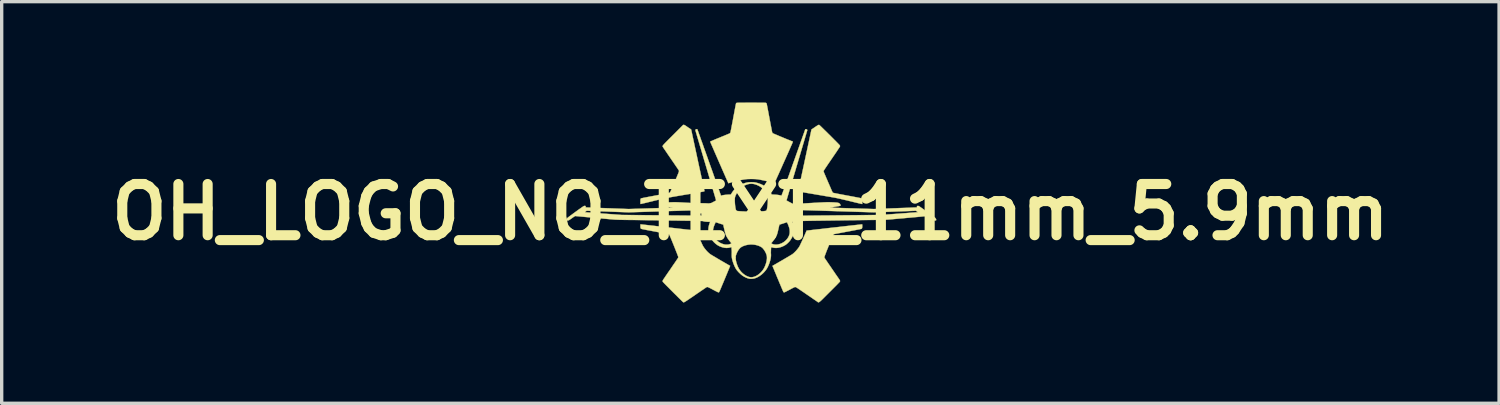
<source format=kicad_pcb>
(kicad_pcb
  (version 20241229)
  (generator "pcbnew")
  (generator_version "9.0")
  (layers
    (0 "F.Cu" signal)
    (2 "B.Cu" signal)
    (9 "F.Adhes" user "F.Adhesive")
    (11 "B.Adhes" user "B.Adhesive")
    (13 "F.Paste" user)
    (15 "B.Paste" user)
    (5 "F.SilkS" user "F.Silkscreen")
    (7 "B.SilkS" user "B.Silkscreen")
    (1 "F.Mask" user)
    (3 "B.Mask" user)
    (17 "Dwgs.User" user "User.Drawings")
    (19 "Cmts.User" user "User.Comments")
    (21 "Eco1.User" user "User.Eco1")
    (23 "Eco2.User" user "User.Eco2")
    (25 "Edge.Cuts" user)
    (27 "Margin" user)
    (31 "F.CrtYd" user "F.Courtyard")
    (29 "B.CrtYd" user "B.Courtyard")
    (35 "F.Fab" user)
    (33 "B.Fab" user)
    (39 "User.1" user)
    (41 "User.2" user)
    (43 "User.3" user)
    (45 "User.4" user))
  (footprint "OH_LOGO_NO_TEXT_11mm_5.9mm"
    (layer "F.Cu")
    (at 19.275 3.259)
    (property "Reference" "OH_LOGO_NO_TEXT_11mm_5.9mm" (at 0 0 0) (layer "F.SilkS") (effects (font (size 1.524 1.524) (thickness 0.3))))
    (attr through_hole board_only exclude_from_pos_files exclude_from_bom)
    (fp_poly (pts (xy 2.05 -2.591) (xy 2.054 -2.588) (xy 2.064 -2.579) (xy 2.079 -2.565) (xy 2.098 -2.547) (xy 2.122 -2.524) (xy 2.148 -2.498) (xy 2.178 -2.469) (xy 2.21 -2.437) (xy 2.245 -2.404) (xy 2.281 -2.368) (xy 2.317 -2.332) (xy 2.355 -2.295) (xy 2.392 -2.258) (xy 2.429 -2.221) (xy 2.465 -2.185) (xy 2.499 -2.15) (xy 2.532 -2.118) (xy 2.562 -2.087) (xy 2.589 -2.06) (xy 2.612 -2.036) (xy 2.632 -2.015) (xy 2.647 -1.999) (xy 2.657 -1.988) (xy 2.662 -1.982) (xy 2.662 -1.982) (xy 2.667 -1.966) (xy 2.667 -1.956) (xy 2.664 -1.95) (xy 2.656 -1.936) (xy 2.644 -1.917) (xy 2.626 -1.89) (xy 2.604 -1.857) (xy 2.578 -1.817) (xy 2.546 -1.77) (xy 2.51 -1.717) (xy 2.469 -1.658) (xy 2.425 -1.592) (xy 2.385 -1.535) (xy 2.349 -1.481) (xy 2.315 -1.432) (xy 2.285 -1.387) (xy 2.258 -1.347) (xy 2.235 -1.313) (xy 2.216 -1.283) (xy 2.2 -1.26) (xy 2.19 -1.242) (xy 2.183 -1.231) (xy 2.181 -1.228) (xy 2.179 -1.215) (xy 2.18 -1.204) (xy 2.18 -1.203) (xy 2.182 -1.197) (xy 2.187 -1.184) (xy 2.195 -1.164) (xy 2.206 -1.139) (xy 2.218 -1.11) (xy 2.233 -1.076) (xy 2.248 -1.039) (xy 2.265 -0.999) (xy 2.283 -0.958) (xy 2.301 -0.916) (xy 2.319 -0.873) (xy 2.338 -0.831) (xy 2.356 -0.789) (xy 2.373 -0.75) (xy 2.389 -0.713) (xy 2.403 -0.68) (xy 2.416 -0.65) (xy 2.427 -0.626) (xy 2.436 -0.607) (xy 2.442 -0.594) (xy 2.445 -0.589) (xy 2.445 -0.589) (xy 2.455 -0.579) (xy 2.464 -0.572) (xy 2.47 -0.57) (xy 2.483 -0.567) (xy 2.504 -0.563) (xy 2.531 -0.558) (xy 2.564 -0.551) (xy 2.603 -0.543) (xy 2.647 -0.535) (xy 2.694 -0.526) (xy 2.746 -0.516) (xy 2.8 -0.506) (xy 2.857 -0.495) (xy 2.888 -0.489) (xy 2.956 -0.477) (xy 3.016 -0.466) (xy 3.069 -0.456) (xy 3.114 -0.447) (xy 3.154 -0.44) (xy 3.187 -0.433) (xy 3.215 -0.428) (xy 3.239 -0.423) (xy 3.258 -0.419) (xy 3.273 -0.416) (xy 3.285 -0.413) (xy 3.294 -0.41) (xy 3.301 -0.408) (xy 3.305 -0.406) (xy 3.309 -0.404) (xy 3.311 -0.402) (xy 3.314 -0.4) (xy 3.314 -0.4) (xy 3.326 -0.387) (xy 3.329 -0.239) (xy 3.319 -0.24) (xy 3.313 -0.241) (xy 3.3 -0.244) (xy 3.28 -0.248) (xy 3.254 -0.255) (xy 3.223 -0.262) (xy 3.187 -0.271) (xy 3.148 -0.28) (xy 3.106 -0.29) (xy 3.062 -0.301) (xy 2.968 -0.324) (xy 2.882 -0.345) (xy 2.803 -0.363) (xy 2.732 -0.38) (xy 2.667 -0.395) (xy 2.608 -0.408) (xy 2.556 -0.419) (xy 2.509 -0.428) (xy 2.49 -0.432) (xy 2.476 -0.434) (xy 2.453 -0.438) (xy 2.424 -0.443) (xy 2.388 -0.45) (xy 2.346 -0.457) (xy 2.299 -0.465) (xy 2.248 -0.473) (xy 2.193 -0.483) (xy 2.135 -0.493) (xy 2.074 -0.503) (xy 2.012 -0.513) (xy 1.948 -0.524) (xy 1.942 -0.525) (xy 1.88 -0.536) (xy 1.819 -0.546) (xy 1.761 -0.556) (xy 1.706 -0.565) (xy 1.655 -0.574) (xy 1.608 -0.582) (xy 1.566 -0.59) (xy 1.529 -0.596) (xy 1.498 -0.602) (xy 1.473 -0.607) (xy 1.456 -0.61) (xy 1.447 -0.612) (xy 1.445 -0.613) (xy 1.431 -0.618) (xy 1.423 -0.622) (xy 1.421 -0.626) (xy 1.421 -0.63) (xy 1.423 -0.637) (xy 1.425 -0.646) (xy 1.428 -0.656) (xy 1.431 -0.67) (xy 1.435 -0.686) (xy 1.439 -0.705) (xy 1.445 -0.727) (xy 1.45 -0.753) (xy 1.457 -0.784) (xy 1.465 -0.818) (xy 1.474 -0.858) (xy 1.483 -0.902) (xy 1.494 -0.952) (xy 1.506 -1.008) (xy 1.52 -1.069) (xy 1.534 -1.137) (xy 1.55 -1.211) (xy 1.568 -1.293) (xy 1.587 -1.382) (xy 1.608 -1.478) (xy 1.63 -1.583) (xy 1.631 -1.586) (xy 1.818 -2.456) (xy 1.917 -2.523) (xy 1.943 -2.541) (xy 1.967 -2.557) (xy 1.989 -2.571) (xy 2.006 -2.582) (xy 2.019 -2.589) (xy 2.026 -2.592) (xy 2.027 -2.592) (xy 2.04 -2.592) (xy 2.05 -2.591)) (stroke (width 0.01) (type solid)) (fill yes) (layer "F.SilkS"))
    (fp_poly (pts (xy -1.98 -2.593) (xy -1.974 -2.593) (xy -1.968 -2.591) (xy -1.961 -2.589) (xy -1.951 -2.584) (xy -1.939 -2.576) (xy -1.923 -2.566) (xy -1.902 -2.552) (xy -1.876 -2.534) (xy -1.862 -2.524) (xy -1.762 -2.456) (xy -1.571 -1.569) (xy -1.553 -1.483) (xy -1.535 -1.4) (xy -1.517 -1.319) (xy -1.5 -1.241) (xy -1.484 -1.166) (xy -1.468 -1.095) (xy -1.454 -1.027) (xy -1.44 -0.964) (xy -1.427 -0.906) (xy -1.416 -0.853) (xy -1.405 -0.805) (xy -1.396 -0.764) (xy -1.389 -0.728) (xy -1.382 -0.7) (xy -1.377 -0.679) (xy -1.374 -0.665) (xy -1.373 -0.659) (xy -1.369 -0.645) (xy -1.365 -0.633) (xy -1.364 -0.628) (xy -1.364 -0.624) (xy -1.369 -0.62) (xy -1.38 -0.615) (xy -1.39 -0.612) (xy -1.398 -0.61) (xy -1.414 -0.607) (xy -1.437 -0.603) (xy -1.466 -0.597) (xy -1.502 -0.591) (xy -1.543 -0.584) (xy -1.59 -0.575) (xy -1.64 -0.567) (xy -1.695 -0.557) (xy -1.752 -0.547) (xy -1.813 -0.537) (xy -1.876 -0.527) (xy -1.9 -0.523) (xy -1.984 -0.509) (xy -2.061 -0.496) (xy -2.131 -0.484) (xy -2.195 -0.473) (xy -2.253 -0.463) (xy -2.306 -0.454) (xy -2.355 -0.445) (xy -2.4 -0.437) (xy -2.442 -0.429) (xy -2.482 -0.422) (xy -2.521 -0.414) (xy -2.559 -0.406) (xy -2.596 -0.398) (xy -2.634 -0.39) (xy -2.673 -0.381) (xy -2.715 -0.371) (xy -2.758 -0.361) (xy -2.805 -0.35) (xy -2.856 -0.338) (xy -2.911 -0.324) (xy -2.972 -0.309) (xy -2.989 -0.305) (xy -3.036 -0.294) (xy -3.08 -0.283) (xy -3.121 -0.273) (xy -3.159 -0.264) (xy -3.191 -0.257) (xy -3.219 -0.25) (xy -3.241 -0.245) (xy -3.256 -0.241) (xy -3.265 -0.24) (xy -3.266 -0.239) (xy -3.268 -0.241) (xy -3.269 -0.247) (xy -3.27 -0.258) (xy -3.271 -0.275) (xy -3.271 -0.299) (xy -3.271 -0.309) (xy -3.271 -0.339) (xy -3.27 -0.361) (xy -3.269 -0.377) (xy -3.266 -0.389) (xy -3.262 -0.397) (xy -3.256 -0.404) (xy -3.252 -0.407) (xy -3.246 -0.408) (xy -3.232 -0.412) (xy -3.211 -0.416) (xy -3.183 -0.422) (xy -3.148 -0.429) (xy -3.107 -0.437) (xy -3.061 -0.446) (xy -3.009 -0.456) (xy -2.952 -0.467) (xy -2.891 -0.478) (xy -2.83 -0.49) (xy -2.762 -0.502) (xy -2.701 -0.513) (xy -2.649 -0.523) (xy -2.602 -0.532) (xy -2.563 -0.54) (xy -2.529 -0.546) (xy -2.5 -0.552) (xy -2.476 -0.557) (xy -2.457 -0.561) (xy -2.441 -0.564) (xy -2.429 -0.567) (xy -2.419 -0.57) (xy -2.412 -0.572) (xy -2.407 -0.574) (xy -2.403 -0.576) (xy -2.401 -0.577) (xy -2.398 -0.58) (xy -2.395 -0.583) (xy -2.392 -0.586) (xy -2.388 -0.592) (xy -2.384 -0.599) (xy -2.379 -0.609) (xy -2.372 -0.622) (xy -2.364 -0.639) (xy -2.355 -0.66) (xy -2.344 -0.685) (xy -2.33 -0.716) (xy -2.314 -0.752) (xy -2.296 -0.795) (xy -2.275 -0.845) (xy -2.255 -0.891) (xy -2.23 -0.949) (xy -2.208 -0.999) (xy -2.19 -1.043) (xy -2.174 -1.081) (xy -2.161 -1.113) (xy -2.15 -1.139) (xy -2.141 -1.162) (xy -2.134 -1.18) (xy -2.13 -1.195) (xy -2.126 -1.206) (xy -2.125 -1.216) (xy -2.124 -1.223) (xy -2.125 -1.229) (xy -2.127 -1.234) (xy -2.129 -1.239) (xy -2.13 -1.242) (xy -2.133 -1.247) (xy -2.141 -1.259) (xy -2.153 -1.276) (xy -2.168 -1.299) (xy -2.187 -1.328) (xy -2.21 -1.36) (xy -2.235 -1.397) (xy -2.262 -1.437) (xy -2.291 -1.48) (xy -2.323 -1.525) (xy -2.355 -1.573) (xy -2.37 -1.594) (xy -2.403 -1.643) (xy -2.435 -1.689) (xy -2.465 -1.733) (xy -2.493 -1.775) (xy -2.519 -1.813) (xy -2.542 -1.847) (xy -2.563 -1.877) (xy -2.58 -1.902) (xy -2.593 -1.922) (xy -2.602 -1.936) (xy -2.607 -1.944) (xy -2.608 -1.946) (xy -2.61 -1.95) (xy -2.611 -1.954) (xy -2.612 -1.958) (xy -2.611 -1.963) (xy -2.609 -1.969) (xy -2.606 -1.975) (xy -2.6 -1.983) (xy -2.593 -1.993) (xy -2.582 -2.006) (xy -2.569 -2.02) (xy -2.552 -2.038) (xy -2.531 -2.06) (xy -2.507 -2.084) (xy -2.478 -2.114) (xy -2.445 -2.147) (xy -2.407 -2.185) (xy -2.363 -2.229) (xy -2.314 -2.278) (xy -2.303 -2.289) (xy -1.999 -2.593) (xy -1.98 -2.593)) (stroke (width 0.01) (type solid)) (fill yes) (layer "F.SilkS"))
    (fp_poly (pts (xy 0.008 -3.254) (xy 0.029 -3.254) (xy 0.099 -3.254) (xy 0.161 -3.254) (xy 0.215 -3.253) (xy 0.262 -3.253) (xy 0.303 -3.253) (xy 0.338 -3.253) (xy 0.368 -3.253) (xy 0.392 -3.252) (xy 0.412 -3.252) (xy 0.428 -3.251) (xy 0.44 -3.251) (xy 0.45 -3.25) (xy 0.457 -3.249) (xy 0.462 -3.248) (xy 0.465 -3.247) (xy 0.467 -3.246) (xy 0.477 -3.238) (xy 0.483 -3.229) (xy 0.485 -3.224) (xy 0.488 -3.211) (xy 0.492 -3.19) (xy 0.497 -3.163) (xy 0.503 -3.13) (xy 0.511 -3.092) (xy 0.519 -3.048) (xy 0.528 -3.001) (xy 0.538 -2.949) (xy 0.548 -2.894) (xy 0.559 -2.837) (xy 0.566 -2.798) (xy 0.577 -2.739) (xy 0.588 -2.683) (xy 0.598 -2.629) (xy 0.608 -2.579) (xy 0.617 -2.532) (xy 0.625 -2.49) (xy 0.632 -2.453) (xy 0.638 -2.422) (xy 0.643 -2.397) (xy 0.647 -2.379) (xy 0.65 -2.368) (xy 0.651 -2.365) (xy 0.658 -2.354) (xy 0.666 -2.345) (xy 0.671 -2.342) (xy 0.684 -2.337) (xy 0.702 -2.329) (xy 0.726 -2.318) (xy 0.755 -2.306) (xy 0.788 -2.292) (xy 0.824 -2.277) (xy 0.863 -2.26) (xy 0.904 -2.243) (xy 0.946 -2.226) (xy 0.988 -2.208) (xy 1.03 -2.191) (xy 1.07 -2.174) (xy 1.109 -2.158) (xy 1.145 -2.144) (xy 1.178 -2.131) (xy 1.206 -2.119) (xy 1.23 -2.11) (xy 1.248 -2.103) (xy 1.26 -2.098) (xy 1.263 -2.097) (xy 1.264 -2.096) (xy 1.263 -2.092) (xy 1.261 -2.085) (xy 1.257 -2.074) (xy 1.251 -2.06) (xy 1.244 -2.042) (xy 1.235 -2.02) (xy 1.223 -1.994) (xy 1.209 -1.962) (xy 1.193 -1.926) (xy 1.175 -1.884) (xy 1.154 -1.836) (xy 1.13 -1.782) (xy 1.103 -1.721) (xy 1.073 -1.654) (xy 1.04 -1.58) (xy 1.003 -1.499) (xy 0.996 -1.482) (xy 0.965 -1.414) (xy 0.936 -1.347) (xy 0.907 -1.283) (xy 0.88 -1.223) (xy 0.854 -1.165) (xy 0.83 -1.111) (xy 0.807 -1.061) (xy 0.787 -1.016) (xy 0.769 -0.976) (xy 0.753 -0.941) (xy 0.74 -0.912) (xy 0.73 -0.889) (xy 0.723 -0.873) (xy 0.719 -0.864) (xy 0.718 -0.862) (xy 0.715 -0.86) (xy 0.71 -0.86) (xy 0.701 -0.861) (xy 0.686 -0.864) (xy 0.666 -0.87) (xy 0.653 -0.874) (xy 0.592 -0.892) (xy 0.527 -0.909) (xy 0.459 -0.926) (xy 0.392 -0.941) (xy 0.326 -0.955) (xy 0.265 -0.967) (xy 0.221 -0.974) (xy 0.196 -0.977) (xy 0.164 -0.98) (xy 0.126 -0.982) (xy 0.086 -0.983) (xy 0.044 -0.984) (xy 0.001 -0.984) (xy -0.039 -0.983) (xy -0.077 -0.982) (xy -0.109 -0.98) (xy -0.125 -0.978) (xy -0.174 -0.972) (xy -0.229 -0.963) (xy -0.288 -0.951) (xy -0.351 -0.938) (xy -0.414 -0.923) (xy -0.478 -0.907) (xy -0.539 -0.891) (xy -0.582 -0.878) (xy -0.605 -0.871) (xy -0.625 -0.866) (xy -0.641 -0.861) (xy -0.651 -0.858) (xy -0.654 -0.858) (xy -0.656 -0.861) (xy -0.661 -0.873) (xy -0.67 -0.891) (xy -0.681 -0.915) (xy -0.694 -0.946) (xy -0.71 -0.983) (xy -0.729 -1.024) (xy -0.749 -1.071) (xy -0.772 -1.122) (xy -0.796 -1.177) (xy -0.822 -1.236) (xy -0.849 -1.298) (xy -0.877 -1.363) (xy -0.907 -1.43) (xy -0.926 -1.474) (xy -0.956 -1.542) (xy -0.985 -1.609) (xy -1.013 -1.673) (xy -1.039 -1.734) (xy -1.065 -1.792) (xy -1.088 -1.846) (xy -1.11 -1.896) (xy -1.129 -1.941) (xy -1.147 -1.981) (xy -1.162 -2.016) (xy -1.175 -2.045) (xy -1.184 -2.068) (xy -1.191 -2.084) (xy -1.195 -2.093) (xy -1.196 -2.095) (xy -1.192 -2.097) (xy -1.181 -2.103) (xy -1.163 -2.111) (xy -1.138 -2.122) (xy -1.106 -2.136) (xy -1.069 -2.152) (xy -1.026 -2.17) (xy -0.977 -2.19) (xy -0.924 -2.212) (xy -0.912 -2.216) (xy -0.866 -2.236) (xy -0.821 -2.254) (xy -0.779 -2.271) (xy -0.74 -2.288) (xy -0.705 -2.302) (xy -0.675 -2.315) (xy -0.65 -2.325) (xy -0.632 -2.334) (xy -0.62 -2.339) (xy -0.615 -2.341) (xy -0.604 -2.351) (xy -0.595 -2.364) (xy -0.595 -2.365) (xy -0.593 -2.371) (xy -0.589 -2.386) (xy -0.585 -2.408) (xy -0.579 -2.437) (xy -0.571 -2.473) (xy -0.563 -2.515) (xy -0.554 -2.563) (xy -0.544 -2.617) (xy -0.532 -2.676) (xy -0.52 -2.74) (xy -0.509 -2.802) (xy -0.498 -2.861) (xy -0.487 -2.917) (xy -0.477 -2.971) (xy -0.468 -3.021) (xy -0.459 -3.068) (xy -0.451 -3.109) (xy -0.444 -3.146) (xy -0.438 -3.177) (xy -0.433 -3.202) (xy -0.429 -3.22) (xy -0.427 -3.23) (xy -0.426 -3.233) (xy -0.424 -3.236) (xy -0.423 -3.239) (xy -0.42 -3.242) (xy -0.417 -3.244) (xy -0.412 -3.246) (xy -0.406 -3.248) (xy -0.396 -3.249) (xy -0.384 -3.25) (xy -0.368 -3.251) (xy -0.349 -3.252) (xy -0.325 -3.252) (xy -0.296 -3.253) (xy -0.262 -3.253) (xy -0.221 -3.253) (xy -0.175 -3.253) (xy -0.121 -3.254) (xy -0.061 -3.254) (xy 0.008 -3.254)) (stroke (width 0.01) (type solid)) (fill yes) (layer "F.SilkS"))
    (fp_poly (pts (xy -3.257 0.366) (xy -3.245 0.368) (xy -3.224 0.37) (xy -3.197 0.373) (xy -3.164 0.377) (xy -3.124 0.381) (xy -3.079 0.386) (xy -3.029 0.392) (xy -2.975 0.398) (xy -2.917 0.404) (xy -2.855 0.411) (xy -2.79 0.419) (xy -2.723 0.426) (xy -2.654 0.434) (xy -2.584 0.442) (xy -2.512 0.45) (xy -2.441 0.458) (xy -2.369 0.466) (xy -2.297 0.474) (xy -2.227 0.482) (xy -2.158 0.49) (xy -2.092 0.498) (xy -2.027 0.505) (xy -1.966 0.512) (xy -1.908 0.519) (xy -1.855 0.525) (xy -1.806 0.53) (xy -1.761 0.535) (xy -1.723 0.54) (xy -1.69 0.544) (xy -1.664 0.547) (xy -1.645 0.549) (xy -1.633 0.55) (xy -1.63 0.551) (xy -1.619 0.553) (xy -1.613 0.557) (xy -1.61 0.565) (xy -1.608 0.571) (xy -1.603 0.585) (xy -1.595 0.604) (xy -1.584 0.628) (xy -1.572 0.656) (xy -1.558 0.688) (xy -1.542 0.722) (xy -1.526 0.758) (xy -1.51 0.794) (xy -1.494 0.831) (xy -1.478 0.866) (xy -1.462 0.899) (xy -1.449 0.929) (xy -1.436 0.956) (xy -1.426 0.978) (xy -1.418 0.994) (xy -1.414 1.002) (xy -1.393 1.037) (xy -1.366 1.076) (xy -1.335 1.115) (xy -1.302 1.154) (xy -1.266 1.191) (xy -1.231 1.223) (xy -1.197 1.251) (xy -1.197 1.251) (xy -1.189 1.256) (xy -1.175 1.265) (xy -1.155 1.278) (xy -1.13 1.293) (xy -1.1 1.311) (xy -1.067 1.33) (xy -1.03 1.352) (xy -0.992 1.375) (xy -0.952 1.399) (xy -0.911 1.423) (xy -0.87 1.447) (xy -0.829 1.47) (xy -0.79 1.493) (xy -0.753 1.514) (xy -0.719 1.534) (xy -0.688 1.552) (xy -0.662 1.567) (xy -0.641 1.579) (xy -0.625 1.587) (xy -0.62 1.59) (xy -0.601 1.6) (xy -0.761 1.987) (xy -0.79 2.056) (xy -0.816 2.119) (xy -0.84 2.175) (xy -0.861 2.225) (xy -0.879 2.269) (xy -0.895 2.306) (xy -0.908 2.336) (xy -0.919 2.358) (xy -0.926 2.374) (xy -0.93 2.381) (xy -0.931 2.382) (xy -0.942 2.388) (xy -0.95 2.389) (xy -0.957 2.388) (xy -0.969 2.382) (xy -0.987 2.373) (xy -1.011 2.362) (xy -1.038 2.348) (xy -1.068 2.332) (xy -1.101 2.315) (xy -1.112 2.309) (xy -1.151 2.288) (xy -1.184 2.271) (xy -1.211 2.257) (xy -1.232 2.247) (xy -1.249 2.239) (xy -1.263 2.234) (xy -1.273 2.23) (xy -1.282 2.229) (xy -1.289 2.229) (xy -1.295 2.231) (xy -1.299 2.232) (xy -1.304 2.235) (xy -1.315 2.243) (xy -1.333 2.254) (xy -1.356 2.269) (xy -1.383 2.288) (xy -1.415 2.31) (xy -1.452 2.334) (xy -1.491 2.361) (xy -1.534 2.391) (xy -1.579 2.421) (xy -1.626 2.454) (xy -1.637 2.461) (xy -1.693 2.5) (xy -1.742 2.534) (xy -1.786 2.563) (xy -1.824 2.589) (xy -1.856 2.611) (xy -1.884 2.63) (xy -1.908 2.645) (xy -1.927 2.658) (xy -1.943 2.667) (xy -1.956 2.675) (xy -1.966 2.68) (xy -1.975 2.683) (xy -1.981 2.685) (xy -1.986 2.686) (xy -1.991 2.685) (xy -1.994 2.683) (xy -1.998 2.681) (xy -1.999 2.681) (xy -2.004 2.677) (xy -2.014 2.668) (xy -2.029 2.653) (xy -2.048 2.635) (xy -2.071 2.612) (xy -2.098 2.585) (xy -2.128 2.556) (xy -2.16 2.524) (xy -2.194 2.49) (xy -2.23 2.454) (xy -2.267 2.418) (xy -2.304 2.381) (xy -2.341 2.344) (xy -2.378 2.307) (xy -2.413 2.271) (xy -2.447 2.237) (xy -2.479 2.205) (xy -2.509 2.175) (xy -2.535 2.148) (xy -2.558 2.125) (xy -2.577 2.105) (xy -2.591 2.09) (xy -2.601 2.08) (xy -2.605 2.075) (xy -2.605 2.075) (xy -2.609 2.066) (xy -2.611 2.057) (xy -2.61 2.047) (xy -2.606 2.036) (xy -2.598 2.021) (xy -2.586 2.001) (xy -2.569 1.977) (xy -2.567 1.974) (xy -2.557 1.959) (xy -2.543 1.939) (xy -2.526 1.913) (xy -2.505 1.882) (xy -2.481 1.847) (xy -2.455 1.809) (xy -2.427 1.768) (xy -2.397 1.726) (xy -2.367 1.682) (xy -2.34 1.642) (xy -2.311 1.599) (xy -2.283 1.558) (xy -2.256 1.52) (xy -2.232 1.484) (xy -2.21 1.452) (xy -2.191 1.423) (xy -2.175 1.4) (xy -2.163 1.381) (xy -2.155 1.369) (xy -2.151 1.362) (xy -2.151 1.362) (xy -2.147 1.349) (xy -2.145 1.337) (xy -2.147 1.331) (xy -2.151 1.317) (xy -2.158 1.298) (xy -2.168 1.273) (xy -2.179 1.242) (xy -2.193 1.208) (xy -2.208 1.17) (xy -2.224 1.129) (xy -2.241 1.087) (xy -2.258 1.043) (xy -2.276 0.998) (xy -2.294 0.954) (xy -2.312 0.91) (xy -2.329 0.868) (xy -2.345 0.828) (xy -2.36 0.791) (xy -2.374 0.758) (xy -2.386 0.73) (xy -2.396 0.706) (xy -2.404 0.689) (xy -2.409 0.678) (xy -2.411 0.675) (xy -2.42 0.665) (xy -2.427 0.659) (xy -2.428 0.658) (xy -2.433 0.657) (xy -2.446 0.654) (xy -2.466 0.65) (xy -2.493 0.645) (xy -2.525 0.639) (xy -2.563 0.631) (xy -2.606 0.623) (xy -2.653 0.614) (xy -2.704 0.605) (xy -2.758 0.595) (xy -2.814 0.584) (xy -2.837 0.58) (xy -2.911 0.566) (xy -2.976 0.554) (xy -3.033 0.543) (xy -3.083 0.534) (xy -3.126 0.525) (xy -3.162 0.518) (xy -3.192 0.512) (xy -3.215 0.507) (xy -3.232 0.503) (xy -3.243 0.5) (xy -3.249 0.498) (xy -3.25 0.498) (xy -3.258 0.491) (xy -3.264 0.482) (xy -3.268 0.471) (xy -3.27 0.455) (xy -3.271 0.434) (xy -3.271 0.418) (xy -3.271 0.396) (xy -3.271 0.382) (xy -3.27 0.373) (xy -3.268 0.368) (xy -3.266 0.366) (xy -3.262 0.366) (xy -3.257 0.366)) (stroke (width 0.01) (type solid)) (fill yes) (layer "F.SilkS"))
    (fp_poly (pts (xy 3.323 0.366) (xy 3.326 0.368) (xy 3.327 0.373) (xy 3.328 0.382) (xy 3.328 0.397) (xy 3.329 0.415) (xy 3.328 0.443) (xy 3.326 0.465) (xy 3.321 0.481) (xy 3.315 0.492) (xy 3.307 0.499) (xy 3.301 0.5) (xy 3.288 0.503) (xy 3.267 0.508) (xy 3.24 0.514) (xy 3.206 0.52) (xy 3.167 0.528) (xy 3.122 0.537) (xy 3.073 0.546) (xy 3.02 0.556) (xy 2.963 0.567) (xy 2.903 0.578) (xy 2.895 0.58) (xy 2.838 0.59) (xy 2.783 0.601) (xy 2.731 0.61) (xy 2.682 0.62) (xy 2.638 0.628) (xy 2.598 0.636) (xy 2.563 0.642) (xy 2.534 0.648) (xy 2.511 0.652) (xy 2.496 0.656) (xy 2.487 0.658) (xy 2.486 0.658) (xy 2.482 0.661) (xy 2.478 0.664) (xy 2.474 0.669) (xy 2.469 0.675) (xy 2.464 0.684) (xy 2.457 0.696) (xy 2.45 0.711) (xy 2.442 0.73) (xy 2.431 0.754) (xy 2.42 0.782) (xy 2.406 0.816) (xy 2.39 0.855) (xy 2.371 0.901) (xy 2.35 0.954) (xy 2.33 1.004) (xy 2.304 1.07) (xy 2.28 1.128) (xy 2.26 1.179) (xy 2.244 1.222) (xy 2.23 1.259) (xy 2.219 1.288) (xy 2.211 1.311) (xy 2.205 1.327) (xy 2.203 1.336) (xy 2.202 1.339) (xy 2.204 1.353) (xy 2.208 1.366) (xy 2.209 1.366) (xy 2.212 1.371) (xy 2.22 1.383) (xy 2.231 1.401) (xy 2.247 1.424) (xy 2.266 1.451) (xy 2.288 1.484) (xy 2.312 1.52) (xy 2.339 1.559) (xy 2.368 1.601) (xy 2.399 1.646) (xy 2.427 1.688) (xy 2.459 1.734) (xy 2.49 1.779) (xy 2.519 1.822) (xy 2.546 1.862) (xy 2.572 1.898) (xy 2.594 1.931) (xy 2.614 1.959) (xy 2.63 1.983) (xy 2.642 2.001) (xy 2.65 2.013) (xy 2.654 2.018) (xy 2.665 2.038) (xy 2.668 2.054) (xy 2.668 2.057) (xy 2.667 2.06) (xy 2.665 2.064) (xy 2.662 2.069) (xy 2.657 2.075) (xy 2.651 2.083) (xy 2.642 2.093) (xy 2.63 2.105) (xy 2.615 2.121) (xy 2.597 2.139) (xy 2.576 2.162) (xy 2.55 2.188) (xy 2.52 2.218) (xy 2.485 2.253) (xy 2.445 2.293) (xy 2.4 2.338) (xy 2.36 2.378) (xy 2.309 2.429) (xy 2.264 2.474) (xy 2.224 2.514) (xy 2.189 2.549) (xy 2.159 2.579) (xy 2.132 2.605) (xy 2.11 2.627) (xy 2.09 2.644) (xy 2.074 2.659) (xy 2.061 2.669) (xy 2.049 2.677) (xy 2.04 2.682) (xy 2.032 2.685) (xy 2.025 2.686) (xy 2.019 2.684) (xy 2.013 2.682) (xy 2.007 2.678) (xy 2 2.673) (xy 1.993 2.667) (xy 1.986 2.662) (xy 1.977 2.656) (xy 1.962 2.645) (xy 1.94 2.631) (xy 1.914 2.613) (xy 1.883 2.592) (xy 1.848 2.568) (xy 1.81 2.541) (xy 1.769 2.513) (xy 1.725 2.483) (xy 1.68 2.452) (xy 1.654 2.435) (xy 1.602 2.398) (xy 1.555 2.367) (xy 1.515 2.339) (xy 1.481 2.316) (xy 1.451 2.296) (xy 1.426 2.279) (xy 1.406 2.266) (xy 1.389 2.255) (xy 1.375 2.246) (xy 1.364 2.24) (xy 1.356 2.236) (xy 1.349 2.233) (xy 1.344 2.231) (xy 1.34 2.23) (xy 1.339 2.23) (xy 1.334 2.23) (xy 1.328 2.23) (xy 1.322 2.232) (xy 1.314 2.234) (xy 1.303 2.239) (xy 1.289 2.246) (xy 1.27 2.255) (xy 1.247 2.267) (xy 1.218 2.282) (xy 1.183 2.301) (xy 1.169 2.309) (xy 1.127 2.331) (xy 1.091 2.349) (xy 1.061 2.365) (xy 1.037 2.377) (xy 1.019 2.385) (xy 1.008 2.389) (xy 1.005 2.389) (xy 0.992 2.386) (xy 0.985 2.38) (xy 0.982 2.375) (xy 0.976 2.363) (xy 0.968 2.344) (xy 0.957 2.319) (xy 0.944 2.288) (xy 0.928 2.252) (xy 0.911 2.211) (xy 0.893 2.167) (xy 0.872 2.119) (xy 0.851 2.068) (xy 0.829 2.015) (xy 0.806 1.96) (xy 0.782 1.903) (xy 0.759 1.846) (xy 0.735 1.789) (xy 0.712 1.732) (xy 0.688 1.676) (xy 0.666 1.622) (xy 0.659 1.604) (xy 0.66 1.598) (xy 0.664 1.596) (xy 0.67 1.593) (xy 0.683 1.587) (xy 0.701 1.576) (xy 0.725 1.563) (xy 0.753 1.547) (xy 0.785 1.528) (xy 0.82 1.508) (xy 0.858 1.486) (xy 0.897 1.463) (xy 0.938 1.44) (xy 0.978 1.416) (xy 1.019 1.392) (xy 1.058 1.369) (xy 1.096 1.347) (xy 1.131 1.326) (xy 1.163 1.307) (xy 1.191 1.29) (xy 1.215 1.275) (xy 1.234 1.264) (xy 1.247 1.256) (xy 1.252 1.252) (xy 1.286 1.225) (xy 1.321 1.192) (xy 1.357 1.155) (xy 1.391 1.116) (xy 1.423 1.076) (xy 1.45 1.037) (xy 1.461 1.019) (xy 1.466 1.009) (xy 1.474 0.994) (xy 1.484 0.972) (xy 1.497 0.945) (xy 1.511 0.915) (xy 1.527 0.881) (xy 1.543 0.845) (xy 1.56 0.808) (xy 1.577 0.771) (xy 1.593 0.734) (xy 1.609 0.699) (xy 1.624 0.666) (xy 1.637 0.636) (xy 1.648 0.611) (xy 1.657 0.59) (xy 1.663 0.576) (xy 1.665 0.569) (xy 1.669 0.559) (xy 1.671 0.553) (xy 1.671 0.552) (xy 1.675 0.552) (xy 1.687 0.55) (xy 1.707 0.548) (xy 1.734 0.545) (xy 1.768 0.541) (xy 1.808 0.537) (xy 1.854 0.531) (xy 1.906 0.526) (xy 1.963 0.519) (xy 2.025 0.512) (xy 2.091 0.505) (xy 2.161 0.497) (xy 2.234 0.488) (xy 2.311 0.479) (xy 2.391 0.47) (xy 2.473 0.461) (xy 2.49 0.459) (xy 2.572 0.45) (xy 2.653 0.441) (xy 2.73 0.432) (xy 2.805 0.423) (xy 2.876 0.415) (xy 2.944 0.408) (xy 3.007 0.4) (xy 3.066 0.394) (xy 3.119 0.388) (xy 3.167 0.383) (xy 3.21 0.378) (xy 3.246 0.374) (xy 3.275 0.371) (xy 3.297 0.368) (xy 3.312 0.367) (xy 3.318 0.366) (xy 3.319 0.366) (xy 3.323 0.366)) (stroke (width 0.01) (type solid)) (fill yes) (layer "F.SilkS"))
    (fp_poly (pts (xy -1.585 -2.465) (xy -1.579 -2.462) (xy -1.575 -2.455) (xy -1.575 -2.455) (xy -1.572 -2.448) (xy -1.567 -2.433) (xy -1.559 -2.412) (xy -1.549 -2.383) (xy -1.537 -2.349) (xy -1.523 -2.309) (xy -1.507 -2.264) (xy -1.489 -2.214) (xy -1.47 -2.16) (xy -1.449 -2.102) (xy -1.427 -2.041) (xy -1.404 -1.976) (xy -1.381 -1.91) (xy -1.356 -1.841) (xy -1.331 -1.771) (xy -1.306 -1.7) (xy -1.28 -1.628) (xy -1.255 -1.556) (xy -1.229 -1.484) (xy -1.204 -1.413) (xy -1.179 -1.344) (xy -1.155 -1.276) (xy -1.131 -1.21) (xy -1.109 -1.147) (xy -1.088 -1.087) (xy -1.068 -1.03) (xy -1.049 -0.978) (xy -1.032 -0.93) (xy -1.016 -0.887) (xy -1.003 -0.85) (xy -0.992 -0.818) (xy -0.989 -0.811) (xy -0.972 -0.761) (xy -0.955 -0.713) (xy -0.939 -0.668) (xy -0.924 -0.627) (xy -0.911 -0.59) (xy -0.899 -0.557) (xy -0.889 -0.53) (xy -0.882 -0.509) (xy -0.876 -0.494) (xy -0.874 -0.487) (xy -0.873 -0.486) (xy -0.869 -0.487) (xy -0.86 -0.49) (xy -0.858 -0.491) (xy -0.84 -0.497) (xy -0.816 -0.502) (xy -0.785 -0.507) (xy -0.751 -0.511) (xy -0.713 -0.515) (xy -0.674 -0.518) (xy -0.635 -0.52) (xy -0.625 -0.52) (xy -0.581 -0.521) (xy -0.56 -0.555) (xy -0.536 -0.594) (xy -0.507 -0.633) (xy -0.476 -0.671) (xy -0.444 -0.706) (xy -0.413 -0.737) (xy -0.385 -0.76) (xy -0.355 -0.78) (xy -0.319 -0.8) (xy -0.278 -0.819) (xy -0.234 -0.838) (xy -0.187 -0.854) (xy -0.14 -0.869) (xy -0.096 -0.879) (xy -0.063 -0.885) (xy -0.023 -0.888) (xy 0.019 -0.89) (xy 0.062 -0.889) (xy 0.103 -0.887) (xy 0.14 -0.882) (xy 0.154 -0.879) (xy 0.206 -0.866) (xy 0.258 -0.85) (xy 0.308 -0.831) (xy 0.355 -0.81) (xy 0.398 -0.787) (xy 0.435 -0.764) (xy 0.449 -0.753) (xy 0.48 -0.726) (xy 0.512 -0.694) (xy 0.544 -0.657) (xy 0.574 -0.62) (xy 0.6 -0.582) (xy 0.619 -0.551) (xy 0.636 -0.521) (xy 0.684 -0.52) (xy 0.739 -0.517) (xy 0.793 -0.513) (xy 0.844 -0.506) (xy 0.89 -0.497) (xy 0.924 -0.489) (xy 0.924 -0.489) (xy 0.925 -0.49) (xy 0.927 -0.492) (xy 0.928 -0.495) (xy 0.931 -0.5) (xy 0.933 -0.507) (xy 0.937 -0.515) (xy 0.941 -0.526) (xy 0.946 -0.54) (xy 0.952 -0.556) (xy 0.96 -0.575) (xy 0.968 -0.598) (xy 0.977 -0.624) (xy 0.988 -0.653) (xy 1 -0.687) (xy 1.014 -0.725) (xy 1.03 -0.768) (xy 1.046 -0.815) (xy 1.065 -0.867) (xy 1.086 -0.925) (xy 1.108 -0.988) (xy 1.133 -1.057) (xy 1.16 -1.131) (xy 1.188 -1.212) (xy 1.22 -1.3) (xy 1.253 -1.394) (xy 1.289 -1.495) (xy 1.328 -1.603) (xy 1.369 -1.719) (xy 1.413 -1.843) (xy 1.417 -1.854) (xy 1.634 -2.464) (xy 1.653 -2.465) (xy 1.666 -2.465) (xy 1.675 -2.462) (xy 1.683 -2.454) (xy 1.695 -2.441) (xy 1.385 -1.395) (xy 1.075 -0.348) (xy 1.086 -0.339) (xy 1.093 -0.335) (xy 1.106 -0.327) (xy 1.125 -0.317) (xy 1.147 -0.305) (xy 1.172 -0.292) (xy 1.187 -0.284) (xy 1.276 -0.238) (xy 1.58 -0.256) (xy 1.669 -0.261) (xy 1.751 -0.266) (xy 1.826 -0.27) (xy 1.893 -0.274) (xy 1.954 -0.277) (xy 2.008 -0.28) (xy 2.057 -0.283) (xy 2.101 -0.285) (xy 2.139 -0.287) (xy 2.174 -0.289) (xy 2.204 -0.29) (xy 2.231 -0.291) (xy 2.255 -0.292) (xy 2.276 -0.293) (xy 2.295 -0.293) (xy 2.313 -0.293) (xy 2.329 -0.293) (xy 2.345 -0.293) (xy 2.36 -0.293) (xy 2.372 -0.292) (xy 2.431 -0.29) (xy 2.483 -0.288) (xy 2.528 -0.285) (xy 2.566 -0.282) (xy 2.595 -0.278) (xy 2.61 -0.275) (xy 2.635 -0.266) (xy 2.654 -0.253) (xy 2.67 -0.233) (xy 2.676 -0.22) (xy 2.68 -0.212) (xy 2.683 -0.205) (xy 2.685 -0.199) (xy 2.684 -0.195) (xy 2.679 -0.191) (xy 2.671 -0.187) (xy 2.658 -0.183) (xy 2.64 -0.179) (xy 2.616 -0.175) (xy 2.586 -0.17) (xy 2.547 -0.163) (xy 2.536 -0.161) (xy 2.491 -0.154) (xy 2.455 -0.148) (xy 2.425 -0.142) (xy 2.403 -0.138) (xy 2.386 -0.135) (xy 2.376 -0.133) (xy 2.37 -0.131) (xy 2.37 -0.13) (xy 2.373 -0.13) (xy 2.374 -0.13) (xy 2.379 -0.13) (xy 2.392 -0.129) (xy 2.413 -0.129) (xy 2.441 -0.128) (xy 2.475 -0.127) (xy 2.515 -0.126) (xy 2.561 -0.124) (xy 2.613 -0.123) (xy 2.669 -0.121) (xy 2.729 -0.119) (xy 2.793 -0.117) (xy 2.861 -0.115) (xy 2.931 -0.113) (xy 3.003 -0.11) (xy 3.028 -0.11) (xy 3.674 -0.09) (xy 4.264 -0.112) (xy 4.335 -0.114) (xy 4.405 -0.117) (xy 4.472 -0.12) (xy 4.536 -0.122) (xy 4.597 -0.124) (xy 4.654 -0.126) (xy 4.707 -0.128) (xy 4.754 -0.13) (xy 4.797 -0.132) (xy 4.833 -0.133) (xy 4.863 -0.135) (xy 4.885 -0.135) (xy 4.901 -0.136) (xy 4.906 -0.136) (xy 4.957 -0.139) (xy 4.955 -0.151) (xy 4.956 -0.167) (xy 4.963 -0.178) (xy 4.975 -0.183) (xy 4.992 -0.183) (xy 5.012 -0.177) (xy 5.019 -0.174) (xy 5.025 -0.17) (xy 5.038 -0.161) (xy 5.056 -0.149) (xy 5.078 -0.133) (xy 5.105 -0.115) (xy 5.135 -0.093) (xy 5.168 -0.07) (xy 5.202 -0.045) (xy 5.238 -0.02) (xy 5.274 0.006) (xy 5.31 0.032) (xy 5.345 0.058) (xy 5.378 0.082) (xy 5.41 0.105) (xy 5.438 0.125) (xy 5.462 0.143) (xy 5.482 0.158) (xy 5.482 0.159) (xy 5.504 0.178) (xy 5.518 0.198) (xy 5.526 0.218) (xy 5.528 0.234) (xy 5.525 0.244) (xy 5.516 0.25) (xy 5.5 0.251) (xy 5.481 0.25) (xy 5.474 0.249) (xy 5.466 0.246) (xy 5.458 0.243) (xy 5.448 0.237) (xy 5.434 0.229) (xy 5.417 0.217) (xy 5.395 0.202) (xy 5.367 0.183) (xy 5.366 0.182) (xy 5.274 0.117) (xy 5.189 0.125) (xy 5.155 0.128) (xy 5.116 0.132) (xy 5.071 0.136) (xy 5.021 0.141) (xy 4.967 0.146) (xy 4.91 0.151) (xy 4.85 0.156) (xy 4.789 0.162) (xy 4.726 0.168) (xy 4.663 0.173) (xy 4.6 0.179) (xy 4.538 0.185) (xy 4.477 0.19) (xy 4.419 0.195) (xy 4.364 0.2) (xy 4.312 0.205) (xy 4.265 0.209) (xy 4.223 0.213) (xy 4.187 0.216) (xy 4.157 0.219) (xy 4.134 0.221) (xy 4.122 0.222) (xy 4.102 0.223) (xy 4.082 0.225) (xy 4.06 0.226) (xy 4.037 0.227) (xy 4.011 0.228) (xy 3.981 0.229) (xy 3.948 0.23) (xy 3.91 0.231) (xy 3.867 0.232) (xy 3.817 0.232) (xy 3.762 0.233) (xy 3.699 0.234) (xy 3.642 0.235) (xy 3.593 0.235) (xy 3.545 0.236) (xy 3.5 0.236) (xy 3.455 0.237) (xy 3.41 0.237) (xy 3.366 0.238) (xy 3.321 0.238) (xy 3.274 0.239) (xy 3.227 0.24) (xy 3.177 0.24) (xy 3.125 0.241) (xy 3.07 0.242) (xy 3.011 0.243) (xy 2.949 0.243) (xy 2.882 0.244) (xy 2.81 0.245) (xy 2.732 0.246) (xy 2.649 0.248) (xy 2.559 0.249) (xy 2.462 0.25) (xy 2.358 0.252) (xy 2.246 0.253) (xy 2.226 0.254) (xy 2.133 0.255) (xy 2.048 0.256) (xy 1.971 0.257) (xy 1.901 0.258) (xy 1.838 0.259) (xy 1.782 0.26) (xy 1.732 0.261) (xy 1.688 0.262) (xy 1.649 0.262) (xy 1.615 0.263) (xy 1.585 0.264) (xy 1.56 0.264) (xy 1.539 0.265) (xy 1.522 0.266) (xy 1.507 0.266) (xy 1.495 0.267) (xy 1.486 0.268) (xy 1.479 0.268) (xy 1.473 0.269) (xy 1.468 0.27) (xy 1.464 0.271) (xy 1.461 0.272) (xy 1.457 0.273) (xy 1.457 0.273) (xy 1.435 0.279) (xy 1.405 0.284) (xy 1.371 0.287) (xy 1.334 0.289) (xy 1.303 0.29) (xy 1.282 0.29) (xy 1.268 0.29) (xy 1.26 0.291) (xy 1.256 0.293) (xy 1.256 0.296) (xy 1.256 0.297) (xy 1.265 0.32) (xy 1.274 0.347) (xy 1.282 0.376) (xy 1.29 0.403) (xy 1.296 0.426) (xy 1.299 0.44) (xy 1.301 0.461) (xy 1.304 0.486) (xy 1.305 0.512) (xy 1.305 0.525) (xy 1.304 0.558) (xy 1.301 0.588) (xy 1.296 0.618) (xy 1.288 0.648) (xy 1.277 0.678) (xy 1.262 0.711) (xy 1.243 0.747) (xy 1.219 0.788) (xy 1.194 0.829) (xy 1.181 0.848) (xy 1.163 0.87) (xy 1.141 0.894) (xy 1.117 0.918) (xy 1.093 0.94) (xy 1.07 0.959) (xy 1.051 0.974) (xy 0.995 1.006) (xy 0.938 1.032) (xy 0.88 1.051) (xy 0.823 1.063) (xy 0.766 1.068) (xy 0.711 1.065) (xy 0.664 1.056) (xy 0.647 1.051) (xy 0.633 1.048) (xy 0.625 1.046) (xy 0.623 1.046) (xy 0.621 1.047) (xy 0.618 1.052) (xy 0.617 1.062) (xy 0.615 1.078) (xy 0.614 1.096) (xy 0.612 1.135) (xy 0.611 1.167) (xy 0.61 1.193) (xy 0.61 1.216) (xy 0.611 1.236) (xy 0.612 1.256) (xy 0.613 1.26) (xy 0.613 1.299) (xy 0.609 1.344) (xy 0.601 1.393) (xy 0.588 1.446) (xy 0.571 1.501) (xy 0.551 1.556) (xy 0.536 1.593) (xy 0.512 1.644) (xy 0.485 1.691) (xy 0.454 1.734) (xy 0.418 1.777) (xy 0.389 1.808) (xy 0.333 1.859) (xy 0.276 1.901) (xy 0.218 1.936) (xy 0.158 1.962) (xy 0.126 1.973) (xy 0.097 1.979) (xy 0.063 1.984) (xy 0.029 1.986) (xy -0.004 1.986) (xy -0.029 1.983) (xy -0.076 1.971) (xy -0.125 1.953) (xy -0.175 1.928) (xy -0.225 1.898) (xy -0.237 1.89) (xy -0.261 1.871) (xy -0.289 1.848) (xy -0.318 1.82) (xy -0.347 1.792) (xy -0.373 1.763) (xy -0.397 1.736) (xy -0.407 1.723) (xy -0.432 1.686) (xy -0.456 1.642) (xy -0.479 1.593) (xy -0.5 1.54) (xy -0.513 1.505) (xy -0.526 1.464) (xy -0.536 1.429) (xy -0.544 1.397) (xy -0.549 1.367) (xy -0.55 1.361) (xy -0.437 1.361) (xy -0.436 1.395) (xy -0.432 1.429) (xy -0.426 1.463) (xy -0.416 1.501) (xy -0.403 1.544) (xy -0.4 1.553) (xy -0.376 1.617) (xy -0.348 1.674) (xy -0.316 1.724) (xy -0.311 1.732) (xy -0.272 1.779) (xy -0.23 1.821) (xy -0.185 1.857) (xy -0.139 1.888) (xy -0.092 1.912) (xy -0.046 1.929) (xy -0.015 1.936) (xy 0.009 1.939) (xy 0.03 1.94) (xy 0.052 1.938) (xy 0.066 1.936) (xy 0.112 1.926) (xy 0.158 1.908) (xy 0.204 1.883) (xy 0.249 1.852) (xy 0.292 1.815) (xy 0.332 1.774) (xy 0.369 1.729) (xy 0.4 1.681) (xy 0.419 1.647) (xy 0.443 1.59) (xy 0.463 1.534) (xy 0.478 1.479) (xy 0.488 1.425) (xy 0.493 1.375) (xy 0.492 1.329) (xy 0.485 1.288) (xy 0.485 1.285) (xy 0.472 1.248) (xy 0.456 1.209) (xy 0.436 1.171) (xy 0.413 1.135) (xy 0.389 1.102) (xy 0.364 1.073) (xy 0.339 1.051) (xy 0.331 1.045) (xy 0.29 1.022) (xy 0.241 1.001) (xy 0.189 0.985) (xy 0.134 0.973) (xy 0.077 0.966) (xy 0.021 0.964) (xy -0.005 0.965) (xy -0.056 0.97) (xy -0.107 0.979) (xy -0.157 0.992) (xy -0.202 1.008) (xy -0.243 1.026) (xy -0.278 1.047) (xy -0.296 1.061) (xy -0.319 1.084) (xy -0.343 1.113) (xy -0.366 1.147) (xy -0.387 1.184) (xy -0.406 1.223) (xy -0.42 1.26) (xy -0.427 1.281) (xy -0.432 1.297) (xy -0.435 1.311) (xy -0.436 1.327) (xy -0.437 1.346) (xy -0.437 1.361) (xy -0.55 1.361) (xy -0.553 1.336) (xy -0.555 1.304) (xy -0.555 1.267) (xy -0.555 1.225) (xy -0.554 1.202) (xy -0.554 1.19) (xy -0.554 1.173) (xy -0.555 1.152) (xy -0.556 1.13) (xy -0.558 1.107) (xy -0.559 1.085) (xy -0.56 1.067) (xy -0.562 1.053) (xy -0.563 1.046) (xy -0.563 1.045) (xy -0.568 1.045) (xy -0.579 1.047) (xy -0.594 1.051) (xy -0.602 1.054) (xy -0.654 1.064) (xy -0.708 1.068) (xy -0.765 1.063) (xy -0.823 1.051) (xy -0.856 1.041) (xy -0.918 1.017) (xy -0.974 0.987) (xy -1.026 0.949) (xy -1.063 0.916) (xy -1.089 0.891) (xy -1.11 0.867) (xy -1.128 0.843) (xy -1.146 0.816) (xy -1.161 0.791) (xy -1.184 0.752) (xy -1.202 0.718) (xy -1.216 0.688) (xy -1.227 0.661) (xy -1.236 0.636) (xy -1.242 0.61) (xy -1.243 0.601) (xy -1.115 0.601) (xy -1.109 0.651) (xy -1.095 0.7) (xy -1.073 0.748) (xy -1.063 0.765) (xy -1.044 0.792) (xy -1.021 0.82) (xy -0.993 0.848) (xy -0.965 0.873) (xy -0.94 0.892) (xy -0.896 0.918) (xy -0.849 0.94) (xy -0.802 0.956) (xy -0.757 0.967) (xy -0.755 0.967) (xy -0.731 0.969) (xy -0.703 0.969) (xy -0.675 0.968) (xy -0.649 0.965) (xy -0.63 0.96) (xy -0.617 0.956) (xy -0.601 0.95) (xy -0.585 0.943) (xy -0.572 0.937) (xy -0.564 0.932) (xy -0.563 0.931) (xy -0.564 0.928) (xy 0.623 0.928) (xy 0.624 0.933) (xy 0.63 0.938) (xy 0.64 0.943) (xy 0.676 0.958) (xy 0.717 0.966) (xy 0.761 0.969) (xy 0.808 0.966) (xy 0.853 0.957) (xy 0.909 0.939) (xy 0.962 0.913) (xy 1.012 0.88) (xy 1.057 0.841) (xy 1.059 0.839) (xy 1.096 0.797) (xy 1.127 0.751) (xy 1.15 0.701) (xy 1.163 0.66) (xy 1.169 0.63) (xy 1.171 0.595) (xy 1.17 0.557) (xy 1.167 0.52) (xy 1.161 0.489) (xy 1.155 0.468) (xy 1.148 0.444) (xy 1.139 0.419) (xy 1.13 0.394) (xy 1.12 0.369) (xy 1.11 0.346) (xy 1.101 0.327) (xy 1.094 0.313) (xy 1.088 0.304) (xy 1.085 0.302) (xy 1.08 0.304) (xy 1.068 0.308) (xy 1.052 0.313) (xy 1.04 0.318) (xy 1.02 0.324) (xy 0.996 0.332) (xy 0.968 0.341) (xy 0.941 0.35) (xy 0.931 0.353) (xy 0.863 0.374) (xy 0.841 0.472) (xy 0.83 0.52) (xy 0.821 0.561) (xy 0.813 0.595) (xy 0.805 0.624) (xy 0.798 0.648) (xy 0.791 0.669) (xy 0.785 0.687) (xy 0.777 0.703) (xy 0.77 0.718) (xy 0.763 0.731) (xy 0.743 0.763) (xy 0.719 0.8) (xy 0.693 0.836) (xy 0.667 0.87) (xy 0.648 0.894) (xy 0.634 0.91) (xy 0.626 0.921) (xy 0.623 0.928) (xy -0.564 0.928) (xy -0.565 0.928) (xy -0.571 0.919) (xy -0.581 0.906) (xy -0.594 0.891) (xy -0.597 0.887) (xy -0.623 0.855) (xy -0.649 0.82) (xy -0.674 0.784) (xy -0.696 0.748) (xy -0.714 0.717) (xy -0.723 0.699) (xy -0.732 0.676) (xy -0.741 0.649) (xy -0.75 0.617) (xy -0.76 0.578) (xy -0.771 0.533) (xy -0.782 0.487) (xy -0.788 0.459) (xy -0.794 0.433) (xy -0.799 0.411) (xy -0.802 0.394) (xy -0.805 0.383) (xy -0.805 0.38) (xy -0.81 0.373) (xy -0.821 0.369) (xy -0.823 0.368) (xy -0.832 0.366) (xy -0.847 0.362) (xy -0.867 0.355) (xy -0.892 0.348) (xy -0.919 0.339) (xy -0.934 0.334) (xy -0.961 0.325) (xy -0.985 0.317) (xy -1.005 0.311) (xy -1.02 0.306) (xy -1.029 0.303) (xy -1.031 0.302) (xy -1.034 0.306) (xy -1.039 0.316) (xy -1.046 0.331) (xy -1.055 0.35) (xy -1.064 0.37) (xy -1.072 0.391) (xy -1.08 0.411) (xy -1.087 0.429) (xy -1.089 0.435) (xy -1.105 0.493) (xy -1.114 0.548) (xy -1.115 0.601) (xy -1.243 0.601) (xy -1.246 0.583) (xy -1.248 0.571) (xy -1.25 0.52) (xy -1.246 0.465) (xy -1.236 0.409) (xy -1.219 0.351) (xy -1.21 0.326) (xy -1.204 0.31) (xy -1.2 0.298) (xy -1.197 0.292) (xy -1.197 0.291) (xy -1.201 0.29) (xy -1.212 0.29) (xy -1.228 0.29) (xy -1.246 0.29) (xy -1.284 0.289) (xy -1.321 0.286) (xy -1.354 0.283) (xy -1.382 0.278) (xy -1.4 0.273) (xy -1.402 0.272) (xy -1.404 0.271) (xy -1.406 0.271) (xy -1.408 0.27) (xy -1.41 0.269) (xy -1.413 0.269) (xy -1.417 0.268) (xy -1.423 0.268) (xy -1.43 0.267) (xy -1.438 0.267) (xy -1.449 0.266) (xy -1.461 0.266) (xy -1.477 0.265) (xy -1.495 0.265) (xy -1.516 0.264) (xy -1.541 0.264) (xy -1.569 0.263) (xy -1.601 0.262) (xy -1.638 0.262) (xy -1.678 0.261) (xy -1.724 0.26) (xy -1.774 0.259) (xy -1.829 0.259) (xy -1.89 0.258) (xy -1.957 0.257) (xy -2.03 0.256) (xy -2.108 0.255) (xy -2.194 0.253) (xy -2.286 0.252) (xy -2.385 0.251) (xy -2.492 0.249) (xy -2.606 0.247) (xy -2.728 0.246) (xy -2.858 0.244) (xy -2.905 0.243) (xy -2.959 0.242) (xy -3.02 0.242) (xy -3.086 0.241) (xy -3.156 0.24) (xy -3.23 0.239) (xy -3.304 0.238) (xy -3.378 0.237) (xy -3.451 0.236) (xy -3.521 0.235) (xy -3.585 0.235) (xy -3.664 0.234) (xy -3.734 0.233) (xy -3.797 0.232) (xy -3.853 0.231) (xy -3.901 0.23) (xy -3.943 0.228) (xy -3.978 0.227) (xy -4.006 0.226) (xy -4.029 0.225) (xy -4.04 0.224) (xy -4.066 0.222) (xy -4.099 0.219) (xy -4.137 0.216) (xy -4.18 0.212) (xy -4.228 0.208) (xy -4.28 0.203) (xy -4.335 0.198) (xy -4.392 0.193) (xy -4.452 0.187) (xy -4.513 0.182) (xy -4.575 0.176) (xy -4.638 0.171) (xy -4.7 0.165) (xy -4.761 0.16) (xy -4.82 0.154) (xy -4.878 0.149) (xy -4.933 0.144) (xy -4.984 0.139) (xy -5.031 0.135) (xy -5.074 0.131) (xy -5.112 0.127) (xy -5.144 0.124) (xy -5.169 0.122) (xy -5.188 0.12) (xy -5.199 0.119) (xy -5.202 0.119) (xy -5.207 0.118) (xy -5.212 0.119) (xy -5.219 0.121) (xy -5.228 0.126) (xy -5.24 0.134) (xy -5.256 0.144) (xy -5.277 0.159) (xy -5.303 0.177) (xy -5.31 0.182) (xy -5.338 0.202) (xy -5.36 0.217) (xy -5.378 0.229) (xy -5.391 0.237) (xy -5.402 0.243) (xy -5.41 0.246) (xy -5.418 0.249) (xy -5.425 0.25) (xy -5.446 0.251) (xy -5.462 0.249) (xy -5.47 0.243) (xy -5.471 0.241) (xy -5.472 0.233) (xy -5.47 0.221) (xy -5.468 0.214) (xy -5.462 0.2) (xy -5.452 0.186) (xy -5.439 0.172) (xy -5.431 0.165) (xy -5.417 0.154) (xy -5.398 0.139) (xy -5.374 0.121) (xy -5.346 0.1) (xy -5.315 0.078) (xy -5.282 0.053) (xy -5.248 0.028) (xy -5.216 0.005) (xy -4.925 0.005) (xy -4.921 0.005) (xy -4.909 0.006) (xy -4.889 0.008) (xy -4.862 0.01) (xy -4.829 0.012) (xy -4.79 0.015) (xy -4.746 0.019) (xy -4.696 0.022) (xy -4.642 0.026) (xy -4.584 0.031) (xy -4.523 0.035) (xy -4.459 0.04) (xy -4.392 0.045) (xy -4.376 0.046) (xy -3.828 0.086) (xy -2.782 0.096) (xy -2.687 0.097) (xy -2.593 0.098) (xy -2.5 0.099) (xy -2.409 0.1) (xy -2.321 0.101) (xy -2.236 0.102) (xy -2.154 0.102) (xy -2.076 0.103) (xy -2.002 0.104) (xy -1.933 0.104) (xy -1.868 0.105) (xy -1.81 0.105) (xy -1.757 0.106) (xy -1.71 0.106) (xy -1.67 0.107) (xy -1.638 0.107) (xy -1.613 0.107) (xy -1.596 0.107) (xy -1.455 0.108) (xy -1.455 0.067) (xy -1.454 0.037) (xy -1.45 0.004) (xy -1.446 -0.016) (xy -1.443 -0.034) (xy -1.44 -0.048) (xy -1.439 -0.057) (xy -1.439 -0.059) (xy -1.443 -0.059) (xy -1.456 -0.059) (xy -1.476 -0.058) (xy -1.503 -0.057) (xy -1.538 -0.056) (xy -1.579 -0.055) (xy -1.627 -0.054) (xy -1.681 -0.052) (xy -1.74 -0.05) (xy -1.804 -0.048) (xy -1.874 -0.046) (xy -1.948 -0.044) (xy -2.026 -0.042) (xy -2.108 -0.039) (xy -2.194 -0.036) (xy -2.283 -0.034) (xy -2.374 -0.031) (xy -2.468 -0.028) (xy -2.529 -0.026) (xy -3.617 0.008) (xy -4.243 -0.015) (xy -4.869 -0.039) (xy -4.898 -0.018) (xy -4.911 -0.008) (xy -4.92 -0.000199) (xy -4.925 0.004) (xy -4.925 0.005) (xy -5.216 0.005) (xy -5.212 0.002) (xy -5.176 -0.024) (xy -5.14 -0.05) (xy -5.106 -0.075) (xy -5.073 -0.098) (xy -5.043 -0.119) (xy -5.016 -0.138) (xy -4.993 -0.154) (xy -4.975 -0.166) (xy -4.963 -0.174) (xy -4.956 -0.177) (xy -4.938 -0.183) (xy -4.921 -0.184) (xy -4.909 -0.181) (xy -4.905 -0.177) (xy -4.901 -0.169) (xy -4.899 -0.156) (xy -4.899 -0.155) (xy -4.899 -0.139) (xy -4.848 -0.136) (xy -4.838 -0.136) (xy -4.82 -0.135) (xy -4.794 -0.134) (xy -4.762 -0.133) (xy -4.723 -0.131) (xy -4.678 -0.13) (xy -4.628 -0.128) (xy -4.574 -0.126) (xy -4.515 -0.123) (xy -4.453 -0.121) (xy -4.387 -0.118) (xy -4.32 -0.116) (xy -4.25 -0.113) (xy -4.209 -0.112) (xy -3.621 -0.09) (xy -2.966 -0.11) (xy -2.893 -0.112) (xy -2.821 -0.115) (xy -2.753 -0.117) (xy -2.687 -0.119) (xy -2.626 -0.121) (xy -2.568 -0.123) (xy -2.515 -0.124) (xy -2.467 -0.126) (xy -2.425 -0.127) (xy -2.389 -0.128) (xy -2.359 -0.129) (xy -2.336 -0.13) (xy -2.32 -0.131) (xy -2.312 -0.131) (xy -2.311 -0.131) (xy -2.315 -0.132) (xy -2.326 -0.134) (xy -2.342 -0.137) (xy -2.363 -0.141) (xy -2.388 -0.146) (xy -2.392 -0.146) (xy -2.442 -0.155) (xy -2.485 -0.162) (xy -2.521 -0.168) (xy -2.551 -0.173) (xy -2.574 -0.178) (xy -2.593 -0.181) (xy -2.607 -0.184) (xy -2.617 -0.186) (xy -2.623 -0.188) (xy -2.627 -0.19) (xy -2.629 -0.191) (xy -2.629 -0.193) (xy -2.629 -0.195) (xy -2.628 -0.197) (xy -2.628 -0.197) (xy -2.623 -0.215) (xy -2.613 -0.234) (xy -2.6 -0.251) (xy -2.586 -0.264) (xy -2.581 -0.267) (xy -2.567 -0.272) (xy -2.546 -0.277) (xy -2.517 -0.281) (xy -2.481 -0.284) (xy -2.437 -0.287) (xy -2.384 -0.29) (xy -2.363 -0.291) (xy -2.323 -0.292) (xy -2.288 -0.293) (xy -2.255 -0.293) (xy -2.224 -0.293) (xy -2.19 -0.292) (xy -2.153 -0.291) (xy -2.11 -0.289) (xy -2.105 -0.288) (xy -2.072 -0.287) (xy -2.032 -0.285) (xy -1.985 -0.282) (xy -1.932 -0.279) (xy -1.876 -0.276) (xy -1.816 -0.273) (xy -1.753 -0.269) (xy -1.689 -0.265) (xy -1.625 -0.262) (xy -1.561 -0.258) (xy -1.499 -0.255) (xy -1.439 -0.251) (xy -1.383 -0.248) (xy -1.341 -0.245) (xy -1.224 -0.238) (xy -1.131 -0.285) (xy -1.105 -0.299) (xy -1.081 -0.311) (xy -1.06 -0.322) (xy -1.043 -0.331) (xy -1.032 -0.338) (xy -1.029 -0.34) (xy -1.019 -0.348) (xy -1.021 -0.353) (xy -0.464 -0.353) (xy -0.463 -0.316) (xy -0.461 -0.276) (xy -0.458 -0.234) (xy -0.454 -0.193) (xy -0.449 -0.154) (xy -0.443 -0.118) (xy -0.437 -0.087) (xy -0.434 -0.077) (xy -0.425 -0.057) (xy -0.409 -0.041) (xy -0.39 -0.032) (xy -0.381 -0.03) (xy -0.365 -0.029) (xy -0.343 -0.027) (xy -0.318 -0.025) (xy -0.291 -0.023) (xy -0.289 -0.023) (xy -0.264 -0.022) (xy -0.234 -0.02) (xy -0.203 -0.019) (xy -0.169 -0.017) (xy -0.136 -0.015) (xy -0.103 -0.013) (xy -0.072 -0.012) (xy -0.045 -0.01) (xy -0.022 -0.009) (xy -0.004 -0.008) (xy 0.006 -0.007) (xy 0.007 -0.007) (xy 0.013 -0.007) (xy 0.027 -0.008) (xy 0.047 -0.008) (xy 0.073 -0.009) (xy 0.103 -0.011) (xy 0.138 -0.012) (xy 0.175 -0.014) (xy 0.196 -0.015) (xy 0.25 -0.018) (xy 0.297 -0.02) (xy 0.336 -0.022) (xy 0.369 -0.024) (xy 0.397 -0.026) (xy 0.419 -0.029) (xy 0.436 -0.031) (xy 0.45 -0.034) (xy 0.46 -0.037) (xy 0.468 -0.041) (xy 0.474 -0.045) (xy 0.478 -0.05) (xy 0.482 -0.055) (xy 1.495 -0.055) (xy 1.497 -0.044) (xy 1.5 -0.03) (xy 1.501 -0.027) (xy 1.504 -0.01) (xy 1.507 0.013) (xy 1.51 0.037) (xy 1.511 0.056) (xy 1.514 0.108) (xy 1.533 0.108) (xy 1.539 0.108) (xy 1.553 0.108) (xy 1.575 0.107) (xy 1.604 0.107) (xy 1.64 0.107) (xy 1.683 0.107) (xy 1.732 0.106) (xy 1.788 0.106) (xy 1.849 0.105) (xy 1.915 0.104) (xy 1.986 0.104) (xy 2.062 0.103) (xy 2.143 0.102) (xy 2.227 0.102) (xy 2.314 0.101) (xy 2.405 0.1) (xy 2.499 0.099) (xy 2.596 0.098) (xy 2.694 0.097) (xy 2.721 0.097) (xy 3.889 0.086) (xy 4.433 0.046) (xy 4.5 0.041) (xy 4.565 0.036) (xy 4.627 0.032) (xy 4.685 0.027) (xy 4.74 0.023) (xy 4.79 0.019) (xy 4.836 0.016) (xy 4.876 0.013) (xy 4.91 0.01) (xy 4.938 0.008) (xy 4.959 0.006) (xy 4.972 0.005) (xy 4.978 0.004) (xy 4.978 0.004) (xy 4.976 0.001) (xy 4.968 -0.006) (xy 4.957 -0.015) (xy 4.952 -0.019) (xy 4.937 -0.03) (xy 4.927 -0.036) (xy 4.919 -0.039) (xy 4.91 -0.039) (xy 4.904 -0.038) (xy 4.897 -0.038) (xy 4.883 -0.037) (xy 4.861 -0.036) (xy 4.832 -0.035) (xy 4.797 -0.034) (xy 4.755 -0.032) (xy 4.708 -0.03) (xy 4.657 -0.028) (xy 4.6 -0.026) (xy 4.54 -0.024) (xy 4.476 -0.021) (xy 4.409 -0.019) (xy 4.339 -0.016) (xy 4.278 -0.014) (xy 3.672 0.008) (xy 2.585 -0.026) (xy 2.489 -0.029) (xy 2.396 -0.032) (xy 2.306 -0.035) (xy 2.218 -0.037) (xy 2.134 -0.04) (xy 2.053 -0.043) (xy 1.976 -0.045) (xy 1.904 -0.047) (xy 1.836 -0.049) (xy 1.774 -0.051) (xy 1.716 -0.053) (xy 1.665 -0.054) (xy 1.62 -0.056) (xy 1.581 -0.057) (xy 1.549 -0.058) (xy 1.524 -0.058) (xy 1.506 -0.059) (xy 1.497 -0.059) (xy 1.495 -0.059) (xy 1.495 -0.055) (xy 0.482 -0.055) (xy 0.482 -0.055) (xy 0.488 -0.068) (xy 0.493 -0.088) (xy 0.499 -0.115) (xy 0.504 -0.146) (xy 0.509 -0.181) (xy 0.513 -0.219) (xy 0.516 -0.259) (xy 0.518 -0.299) (xy 0.519 -0.338) (xy 0.519 -0.345) (xy 0.519 -0.374) (xy 0.519 -0.396) (xy 0.519 -0.412) (xy 0.518 -0.425) (xy 0.516 -0.435) (xy 0.513 -0.445) (xy 0.51 -0.456) (xy 0.508 -0.461) (xy 0.49 -0.504) (xy 0.467 -0.55) (xy 0.439 -0.597) (xy 0.409 -0.642) (xy 0.377 -0.684) (xy 0.374 -0.686) (xy 0.34 -0.721) (xy 0.299 -0.753) (xy 0.25 -0.781) (xy 0.196 -0.806) (xy 0.189 -0.809) (xy 0.134 -0.828) (xy 0.08 -0.839) (xy 0.028 -0.843) (xy -0.024 -0.839) (xy -0.078 -0.828) (xy -0.132 -0.809) (xy -0.186 -0.785) (xy -0.225 -0.764) (xy -0.259 -0.741) (xy -0.289 -0.717) (xy -0.316 -0.688) (xy -0.344 -0.653) (xy -0.374 -0.611) (xy -0.4 -0.569) (xy -0.423 -0.527) (xy -0.442 -0.487) (xy -0.455 -0.45) (xy -0.458 -0.436) (xy -0.462 -0.415) (xy -0.464 -0.387) (xy -0.464 -0.353) (xy -1.021 -0.353) (xy -1.326 -1.385) (xy -1.353 -1.476) (xy -1.38 -1.565) (xy -1.405 -1.652) (xy -1.43 -1.736) (xy -1.454 -1.817) (xy -1.477 -1.895) (xy -1.499 -1.968) (xy -1.52 -2.038) (xy -1.539 -2.103) (xy -1.557 -2.164) (xy -1.573 -2.219) (xy -1.588 -2.268) (xy -1.6 -2.312) (xy -1.612 -2.35) (xy -1.621 -2.381) (xy -1.628 -2.405) (xy -1.633 -2.422) (xy -1.635 -2.431) (xy -1.636 -2.433) (xy -1.635 -2.446) (xy -1.626 -2.456) (xy -1.613 -2.463) (xy -1.597 -2.466) (xy -1.585 -2.465)) (stroke (width 0.01) (type solid)) (fill yes) (layer "F.SilkS")))
  (gr_rect
    (start -3 -3)
    (end 41.55 8.949)
    (stroke (width 0.1) (type default))
    (fill no)
    (layer "Edge.Cuts")))
</source>
